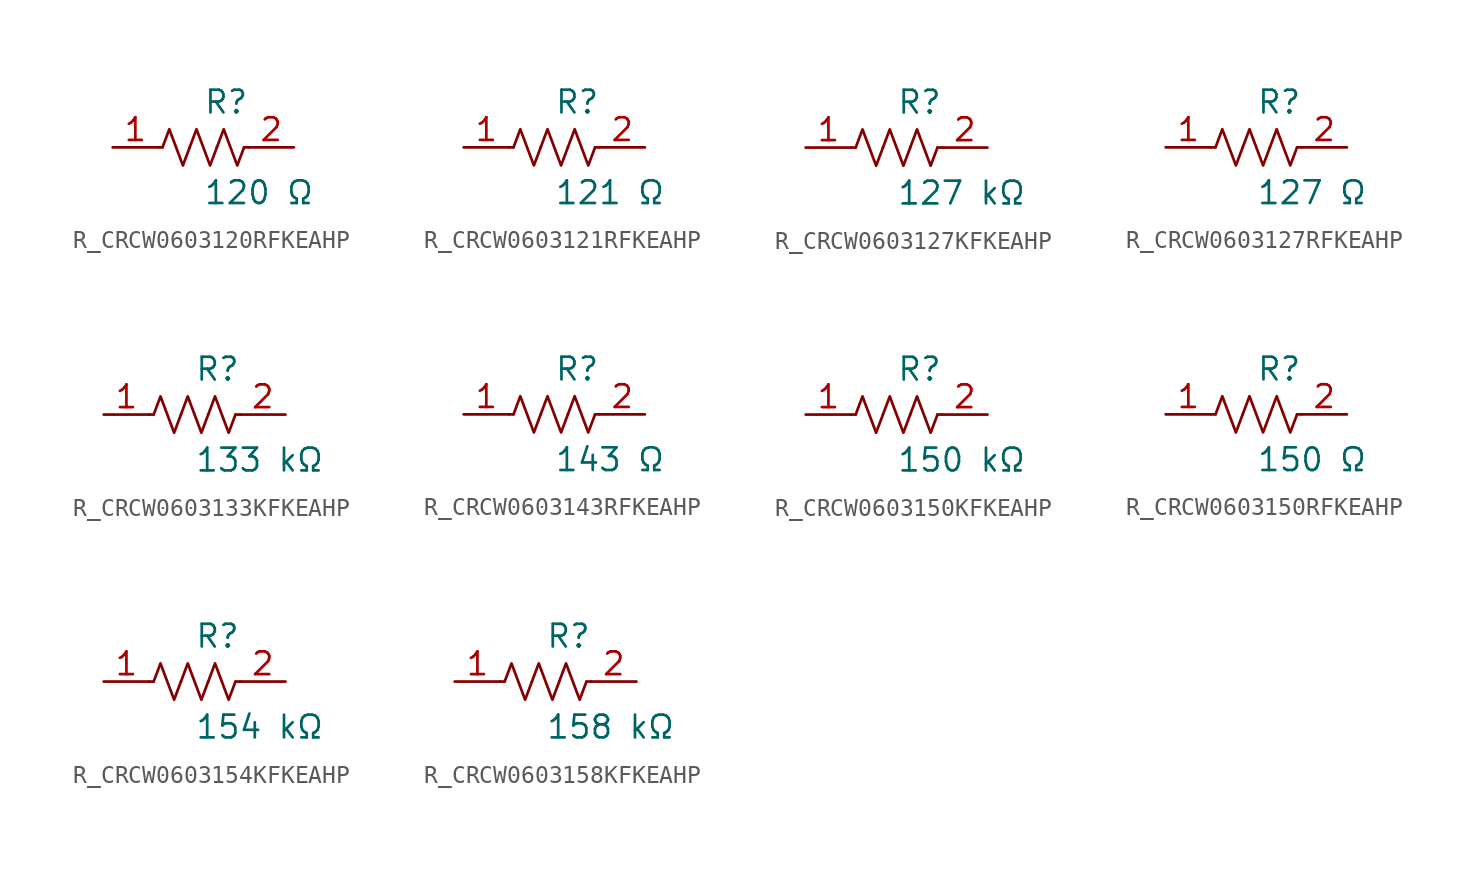
<source format=kicad_sym>
(kicad_symbol_lib
  (version 20231120)
  (generator kicad_symbol_editor)
  (generator_version 8.0)
  (symbol "R_CRCW0603120RFKEAHP"
    (pin_names
      (offset 0.254))
    (property "Reference" "R"
      (at 0.0 2.54 0)
      (effects (font (size 1.27 1.27)) (justify left)))
    (property "Value" "120 Ω"
      (at 0.0 -2.54 0)
      (effects (font (size 1.27 1.27)) (justify left)))
    (symbol "R_CRCW0603120RFKEAHP_0_1"
      (polyline (pts (xy 2.286 0) (xy 2.54 0)) (stroke (width 0) (type default)) (fill (type none)))
      (polyline (pts (xy -2.286 0) (xy -2.54 0)) (stroke (width 0) (type default)) (fill (type none)))
      (polyline (pts (xy 0.762 0) (xy 1.143 1.016) (xy 1.524 0) (xy 1.905 -1.016) (xy 2.286 0)) (stroke (width 0) (type default)) (fill (type none)))
      (polyline (pts (xy -0.762 0) (xy -0.381 1.016) (xy 0 0) (xy 0.381 -1.016) (xy 0.762 0)) (stroke (width 0) (type default)) (fill (type none)))
      (polyline (pts (xy -2.286 0) (xy -1.905 1.016) (xy -1.524 0) (xy -1.143 -1.016) (xy -0.762 0)) (stroke (width 0) (type default)) (fill (type none))))
    (pin unspecified line
      (at -5.08 0 0)
      (length 2.54)
      (name "" (effects (font (size 1.27 1.27))))
      (number "1" (effects (font (size 1.27 1.27)))))
    (pin unspecified line
      (at 5.08 0 180)
      (length 2.54)
      (name "" (effects (font (size 1.27 1.27))))
      (number "2" (effects (font (size 1.27 1.27))))))
  (symbol "R_CRCW0603121RFKEAHP"
    (pin_names
      (offset 0.254))
    (property "Reference" "R"
      (at 0.0 2.54 0)
      (effects (font (size 1.27 1.27)) (justify left)))
    (property "Value" "121 Ω"
      (at 0.0 -2.54 0)
      (effects (font (size 1.27 1.27)) (justify left)))
    (symbol "R_CRCW0603121RFKEAHP_0_1"
      (polyline (pts (xy 2.286 0) (xy 2.54 0)) (stroke (width 0) (type default)) (fill (type none)))
      (polyline (pts (xy -2.286 0) (xy -2.54 0)) (stroke (width 0) (type default)) (fill (type none)))
      (polyline (pts (xy 0.762 0) (xy 1.143 1.016) (xy 1.524 0) (xy 1.905 -1.016) (xy 2.286 0)) (stroke (width 0) (type default)) (fill (type none)))
      (polyline (pts (xy -0.762 0) (xy -0.381 1.016) (xy 0 0) (xy 0.381 -1.016) (xy 0.762 0)) (stroke (width 0) (type default)) (fill (type none)))
      (polyline (pts (xy -2.286 0) (xy -1.905 1.016) (xy -1.524 0) (xy -1.143 -1.016) (xy -0.762 0)) (stroke (width 0) (type default)) (fill (type none))))
    (pin unspecified line
      (at -5.08 0 0)
      (length 2.54)
      (name "" (effects (font (size 1.27 1.27))))
      (number "1" (effects (font (size 1.27 1.27)))))
    (pin unspecified line
      (at 5.08 0 180)
      (length 2.54)
      (name "" (effects (font (size 1.27 1.27))))
      (number "2" (effects (font (size 1.27 1.27))))))
  (symbol "R_CRCW0603127KFKEAHP"
    (pin_names
      (offset 0.254))
    (property "Reference" "R"
      (at 0.0 2.54 0)
      (effects (font (size 1.27 1.27)) (justify left)))
    (property "Value" "127 kΩ"
      (at 0.0 -2.54 0)
      (effects (font (size 1.27 1.27)) (justify left)))
    (symbol "R_CRCW0603127KFKEAHP_0_1"
      (polyline (pts (xy 2.286 0) (xy 2.54 0)) (stroke (width 0) (type default)) (fill (type none)))
      (polyline (pts (xy -2.286 0) (xy -2.54 0)) (stroke (width 0) (type default)) (fill (type none)))
      (polyline (pts (xy 0.762 0) (xy 1.143 1.016) (xy 1.524 0) (xy 1.905 -1.016) (xy 2.286 0)) (stroke (width 0) (type default)) (fill (type none)))
      (polyline (pts (xy -0.762 0) (xy -0.381 1.016) (xy 0 0) (xy 0.381 -1.016) (xy 0.762 0)) (stroke (width 0) (type default)) (fill (type none)))
      (polyline (pts (xy -2.286 0) (xy -1.905 1.016) (xy -1.524 0) (xy -1.143 -1.016) (xy -0.762 0)) (stroke (width 0) (type default)) (fill (type none))))
    (pin unspecified line
      (at -5.08 0 0)
      (length 2.54)
      (name "" (effects (font (size 1.27 1.27))))
      (number "1" (effects (font (size 1.27 1.27)))))
    (pin unspecified line
      (at 5.08 0 180)
      (length 2.54)
      (name "" (effects (font (size 1.27 1.27))))
      (number "2" (effects (font (size 1.27 1.27))))))
  (symbol "R_CRCW0603127RFKEAHP"
    (pin_names
      (offset 0.254))
    (property "Reference" "R"
      (at 0.0 2.54 0)
      (effects (font (size 1.27 1.27)) (justify left)))
    (property "Value" "127 Ω"
      (at 0.0 -2.54 0)
      (effects (font (size 1.27 1.27)) (justify left)))
    (symbol "R_CRCW0603127RFKEAHP_0_1"
      (polyline (pts (xy 2.286 0) (xy 2.54 0)) (stroke (width 0) (type default)) (fill (type none)))
      (polyline (pts (xy -2.286 0) (xy -2.54 0)) (stroke (width 0) (type default)) (fill (type none)))
      (polyline (pts (xy 0.762 0) (xy 1.143 1.016) (xy 1.524 0) (xy 1.905 -1.016) (xy 2.286 0)) (stroke (width 0) (type default)) (fill (type none)))
      (polyline (pts (xy -0.762 0) (xy -0.381 1.016) (xy 0 0) (xy 0.381 -1.016) (xy 0.762 0)) (stroke (width 0) (type default)) (fill (type none)))
      (polyline (pts (xy -2.286 0) (xy -1.905 1.016) (xy -1.524 0) (xy -1.143 -1.016) (xy -0.762 0)) (stroke (width 0) (type default)) (fill (type none))))
    (pin unspecified line
      (at -5.08 0 0)
      (length 2.54)
      (name "" (effects (font (size 1.27 1.27))))
      (number "1" (effects (font (size 1.27 1.27)))))
    (pin unspecified line
      (at 5.08 0 180)
      (length 2.54)
      (name "" (effects (font (size 1.27 1.27))))
      (number "2" (effects (font (size 1.27 1.27))))))
  (symbol "R_CRCW0603133KFKEAHP"
    (pin_names
      (offset 0.254))
    (property "Reference" "R"
      (at 0.0 2.54 0)
      (effects (font (size 1.27 1.27)) (justify left)))
    (property "Value" "133 kΩ"
      (at 0.0 -2.54 0)
      (effects (font (size 1.27 1.27)) (justify left)))
    (symbol "R_CRCW0603133KFKEAHP_0_1"
      (polyline (pts (xy 2.286 0) (xy 2.54 0)) (stroke (width 0) (type default)) (fill (type none)))
      (polyline (pts (xy -2.286 0) (xy -2.54 0)) (stroke (width 0) (type default)) (fill (type none)))
      (polyline (pts (xy 0.762 0) (xy 1.143 1.016) (xy 1.524 0) (xy 1.905 -1.016) (xy 2.286 0)) (stroke (width 0) (type default)) (fill (type none)))
      (polyline (pts (xy -0.762 0) (xy -0.381 1.016) (xy 0 0) (xy 0.381 -1.016) (xy 0.762 0)) (stroke (width 0) (type default)) (fill (type none)))
      (polyline (pts (xy -2.286 0) (xy -1.905 1.016) (xy -1.524 0) (xy -1.143 -1.016) (xy -0.762 0)) (stroke (width 0) (type default)) (fill (type none))))
    (pin unspecified line
      (at -5.08 0 0)
      (length 2.54)
      (name "" (effects (font (size 1.27 1.27))))
      (number "1" (effects (font (size 1.27 1.27)))))
    (pin unspecified line
      (at 5.08 0 180)
      (length 2.54)
      (name "" (effects (font (size 1.27 1.27))))
      (number "2" (effects (font (size 1.27 1.27))))))
  (symbol "R_CRCW0603143RFKEAHP"
    (pin_names
      (offset 0.254))
    (property "Reference" "R"
      (at 0.0 2.54 0)
      (effects (font (size 1.27 1.27)) (justify left)))
    (property "Value" "143 Ω"
      (at 0.0 -2.54 0)
      (effects (font (size 1.27 1.27)) (justify left)))
    (symbol "R_CRCW0603143RFKEAHP_0_1"
      (polyline (pts (xy 2.286 0) (xy 2.54 0)) (stroke (width 0) (type default)) (fill (type none)))
      (polyline (pts (xy -2.286 0) (xy -2.54 0)) (stroke (width 0) (type default)) (fill (type none)))
      (polyline (pts (xy 0.762 0) (xy 1.143 1.016) (xy 1.524 0) (xy 1.905 -1.016) (xy 2.286 0)) (stroke (width 0) (type default)) (fill (type none)))
      (polyline (pts (xy -0.762 0) (xy -0.381 1.016) (xy 0 0) (xy 0.381 -1.016) (xy 0.762 0)) (stroke (width 0) (type default)) (fill (type none)))
      (polyline (pts (xy -2.286 0) (xy -1.905 1.016) (xy -1.524 0) (xy -1.143 -1.016) (xy -0.762 0)) (stroke (width 0) (type default)) (fill (type none))))
    (pin unspecified line
      (at -5.08 0 0)
      (length 2.54)
      (name "" (effects (font (size 1.27 1.27))))
      (number "1" (effects (font (size 1.27 1.27)))))
    (pin unspecified line
      (at 5.08 0 180)
      (length 2.54)
      (name "" (effects (font (size 1.27 1.27))))
      (number "2" (effects (font (size 1.27 1.27))))))
  (symbol "R_CRCW0603150KFKEAHP"
    (pin_names
      (offset 0.254))
    (property "Reference" "R"
      (at 0.0 2.54 0)
      (effects (font (size 1.27 1.27)) (justify left)))
    (property "Value" "150 kΩ"
      (at 0.0 -2.54 0)
      (effects (font (size 1.27 1.27)) (justify left)))
    (symbol "R_CRCW0603150KFKEAHP_0_1"
      (polyline (pts (xy 2.286 0) (xy 2.54 0)) (stroke (width 0) (type default)) (fill (type none)))
      (polyline (pts (xy -2.286 0) (xy -2.54 0)) (stroke (width 0) (type default)) (fill (type none)))
      (polyline (pts (xy 0.762 0) (xy 1.143 1.016) (xy 1.524 0) (xy 1.905 -1.016) (xy 2.286 0)) (stroke (width 0) (type default)) (fill (type none)))
      (polyline (pts (xy -0.762 0) (xy -0.381 1.016) (xy 0 0) (xy 0.381 -1.016) (xy 0.762 0)) (stroke (width 0) (type default)) (fill (type none)))
      (polyline (pts (xy -2.286 0) (xy -1.905 1.016) (xy -1.524 0) (xy -1.143 -1.016) (xy -0.762 0)) (stroke (width 0) (type default)) (fill (type none))))
    (pin unspecified line
      (at -5.08 0 0)
      (length 2.54)
      (name "" (effects (font (size 1.27 1.27))))
      (number "1" (effects (font (size 1.27 1.27)))))
    (pin unspecified line
      (at 5.08 0 180)
      (length 2.54)
      (name "" (effects (font (size 1.27 1.27))))
      (number "2" (effects (font (size 1.27 1.27))))))
  (symbol "R_CRCW0603150RFKEAHP"
    (pin_names
      (offset 0.254))
    (property "Reference" "R"
      (at 0.0 2.54 0)
      (effects (font (size 1.27 1.27)) (justify left)))
    (property "Value" "150 Ω"
      (at 0.0 -2.54 0)
      (effects (font (size 1.27 1.27)) (justify left)))
    (symbol "R_CRCW0603150RFKEAHP_0_1"
      (polyline (pts (xy 2.286 0) (xy 2.54 0)) (stroke (width 0) (type default)) (fill (type none)))
      (polyline (pts (xy -2.286 0) (xy -2.54 0)) (stroke (width 0) (type default)) (fill (type none)))
      (polyline (pts (xy 0.762 0) (xy 1.143 1.016) (xy 1.524 0) (xy 1.905 -1.016) (xy 2.286 0)) (stroke (width 0) (type default)) (fill (type none)))
      (polyline (pts (xy -0.762 0) (xy -0.381 1.016) (xy 0 0) (xy 0.381 -1.016) (xy 0.762 0)) (stroke (width 0) (type default)) (fill (type none)))
      (polyline (pts (xy -2.286 0) (xy -1.905 1.016) (xy -1.524 0) (xy -1.143 -1.016) (xy -0.762 0)) (stroke (width 0) (type default)) (fill (type none))))
    (pin unspecified line
      (at -5.08 0 0)
      (length 2.54)
      (name "" (effects (font (size 1.27 1.27))))
      (number "1" (effects (font (size 1.27 1.27)))))
    (pin unspecified line
      (at 5.08 0 180)
      (length 2.54)
      (name "" (effects (font (size 1.27 1.27))))
      (number "2" (effects (font (size 1.27 1.27))))))
  (symbol "R_CRCW0603154KFKEAHP"
    (pin_names
      (offset 0.254))
    (property "Reference" "R"
      (at 0.0 2.54 0)
      (effects (font (size 1.27 1.27)) (justify left)))
    (property "Value" "154 kΩ"
      (at 0.0 -2.54 0)
      (effects (font (size 1.27 1.27)) (justify left)))
    (symbol "R_CRCW0603154KFKEAHP_0_1"
      (polyline (pts (xy 2.286 0) (xy 2.54 0)) (stroke (width 0) (type default)) (fill (type none)))
      (polyline (pts (xy -2.286 0) (xy -2.54 0)) (stroke (width 0) (type default)) (fill (type none)))
      (polyline (pts (xy 0.762 0) (xy 1.143 1.016) (xy 1.524 0) (xy 1.905 -1.016) (xy 2.286 0)) (stroke (width 0) (type default)) (fill (type none)))
      (polyline (pts (xy -0.762 0) (xy -0.381 1.016) (xy 0 0) (xy 0.381 -1.016) (xy 0.762 0)) (stroke (width 0) (type default)) (fill (type none)))
      (polyline (pts (xy -2.286 0) (xy -1.905 1.016) (xy -1.524 0) (xy -1.143 -1.016) (xy -0.762 0)) (stroke (width 0) (type default)) (fill (type none))))
    (pin unspecified line
      (at -5.08 0 0)
      (length 2.54)
      (name "" (effects (font (size 1.27 1.27))))
      (number "1" (effects (font (size 1.27 1.27)))))
    (pin unspecified line
      (at 5.08 0 180)
      (length 2.54)
      (name "" (effects (font (size 1.27 1.27))))
      (number "2" (effects (font (size 1.27 1.27))))))
  (symbol "R_CRCW0603158KFKEAHP"
    (pin_names
      (offset 0.254))
    (property "Reference" "R"
      (at 0.0 2.54 0)
      (effects (font (size 1.27 1.27)) (justify left)))
    (property "Value" "158 kΩ"
      (at 0.0 -2.54 0)
      (effects (font (size 1.27 1.27)) (justify left)))
    (symbol "R_CRCW0603158KFKEAHP_0_1"
      (polyline (pts (xy 2.286 0) (xy 2.54 0)) (stroke (width 0) (type default)) (fill (type none)))
      (polyline (pts (xy -2.286 0) (xy -2.54 0)) (stroke (width 0) (type default)) (fill (type none)))
      (polyline (pts (xy 0.762 0) (xy 1.143 1.016) (xy 1.524 0) (xy 1.905 -1.016) (xy 2.286 0)) (stroke (width 0) (type default)) (fill (type none)))
      (polyline (pts (xy -0.762 0) (xy -0.381 1.016) (xy 0 0) (xy 0.381 -1.016) (xy 0.762 0)) (stroke (width 0) (type default)) (fill (type none)))
      (polyline (pts (xy -2.286 0) (xy -1.905 1.016) (xy -1.524 0) (xy -1.143 -1.016) (xy -0.762 0)) (stroke (width 0) (type default)) (fill (type none))))
    (pin unspecified line
      (at -5.08 0 0)
      (length 2.54)
      (name "" (effects (font (size 1.27 1.27))))
      (number "1" (effects (font (size 1.27 1.27)))))
    (pin unspecified line
      (at 5.08 0 180)
      (length 2.54)
      (name "" (effects (font (size 1.27 1.27))))
      (number "2" (effects (font (size 1.27 1.27)))))))
</source>
